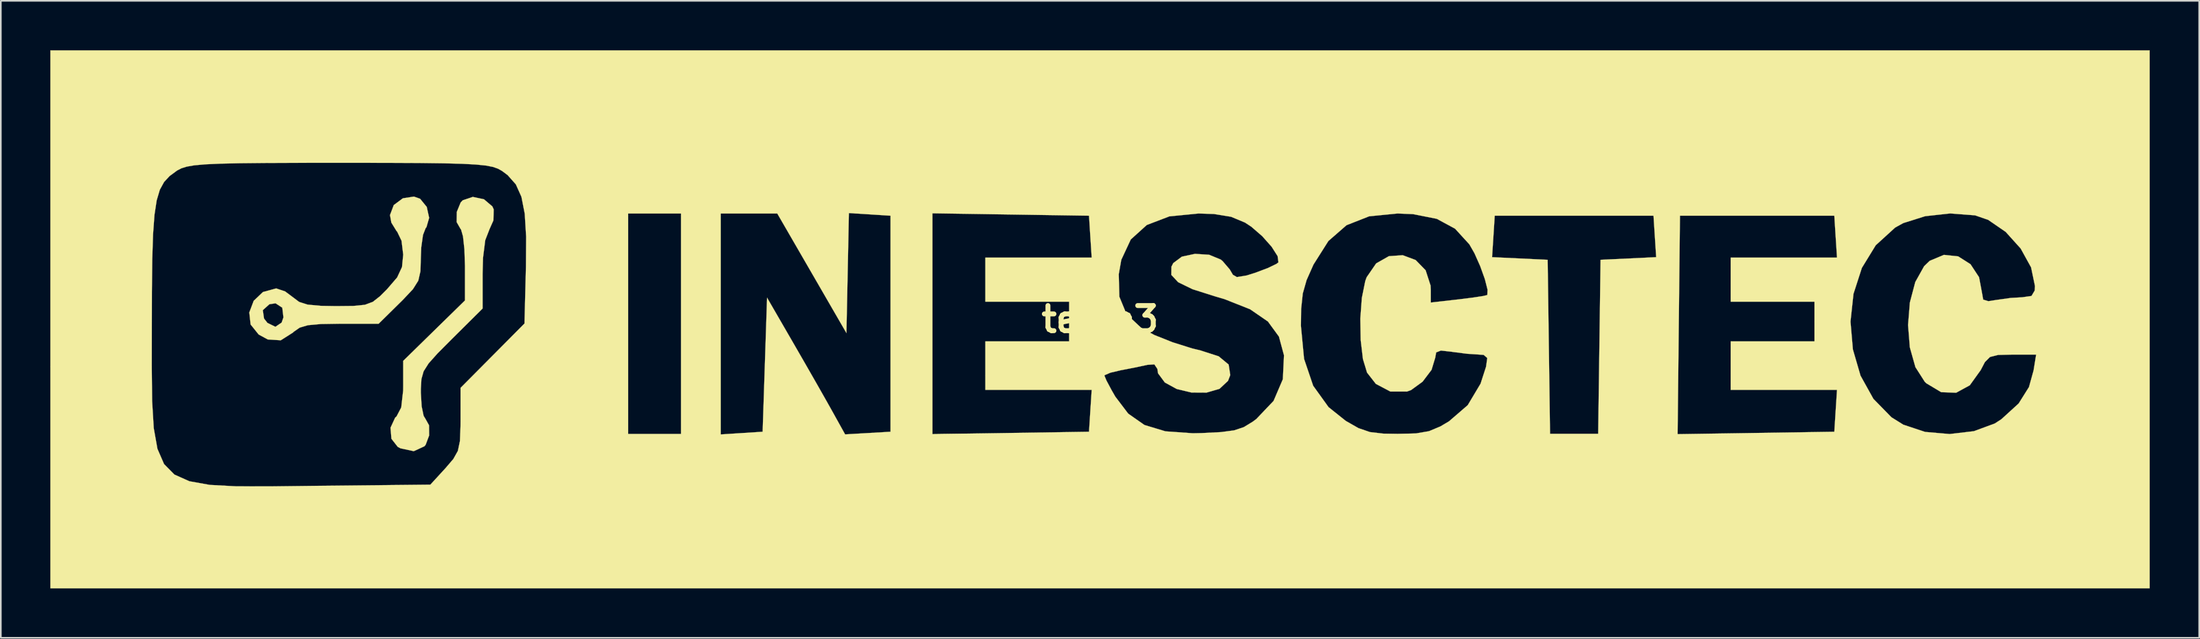
<source format=kicad_pcb>
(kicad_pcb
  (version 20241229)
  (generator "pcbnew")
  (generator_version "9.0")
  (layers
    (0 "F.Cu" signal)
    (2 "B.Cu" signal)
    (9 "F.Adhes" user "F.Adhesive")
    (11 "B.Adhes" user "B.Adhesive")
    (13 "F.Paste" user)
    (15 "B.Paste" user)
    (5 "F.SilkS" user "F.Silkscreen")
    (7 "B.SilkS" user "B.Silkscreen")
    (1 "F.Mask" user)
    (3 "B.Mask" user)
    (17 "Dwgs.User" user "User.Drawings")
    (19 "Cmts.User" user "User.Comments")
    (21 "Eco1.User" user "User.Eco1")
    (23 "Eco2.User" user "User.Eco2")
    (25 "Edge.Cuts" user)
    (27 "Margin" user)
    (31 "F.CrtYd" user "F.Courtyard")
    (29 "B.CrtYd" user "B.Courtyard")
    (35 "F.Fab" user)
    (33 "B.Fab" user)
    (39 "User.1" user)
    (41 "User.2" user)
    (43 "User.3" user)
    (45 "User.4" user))
  (footprint "teste3"
    (layer "F.Cu")
    (at 63.639 16.314)
    (property "Reference" "teste3" (at 0 0 0) (layer "F.SilkS") (effects (font (size 1.524 1.524) (thickness 0.3))))
    (attr through_hole)
    (fp_poly (pts (xy -37.345 -7.277) (xy -36.84 -6.847) (xy -36.759 -6.67) (xy -36.775 -6) (xy -37.008 -5.477) (xy -37.271 -4.801) (xy -37.406 -3.73) (xy -37.432 -2.743) (xy -37.432 -0.654) (xy -39.303 1.203) (xy -40.16 2.064) (xy -40.704 2.673) (xy -41.008 3.153) (xy -41.141 3.626) (xy -41.174 4.214) (xy -41.175 4.455) (xy -41.127 5.275) (xy -41.006 5.856) (xy -40.907 6.016) (xy -40.679 6.424) (xy -40.673 7.044) (xy -40.883 7.607) (xy -40.961 7.7) (xy -41.604 7.996) (xy -42.408 7.823) (xy -42.578 7.732) (xy -42.959 7.244) (xy -43.014 6.573) (xy -42.735 5.968) (xy -42.645 5.882) (xy -42.364 5.344) (xy -42.248 4.321) (xy -42.244 4.034) (xy -42.244 2.518) (xy -38.501 -1.144) (xy -38.501 -3.23) (xy -38.533 -4.237) (xy -38.618 -5.024) (xy -38.739 -5.45) (xy -38.768 -5.481) (xy -39.004 -5.895) (xy -38.995 -6.516) (xy -38.762 -7.083) (xy -38.638 -7.216) (xy -38.027 -7.424) (xy -37.345 -7.277)) (stroke (width 0.01) (type solid)) (fill yes) (layer "F.SilkS"))
    (fp_poly (pts (xy -41.221 -7.311) (xy -40.817 -6.816) (xy -40.672 -6.154) (xy -40.836 -5.585) (xy -40.885 -5.53) (xy -41.045 -5.117) (xy -41.151 -4.363) (xy -41.175 -3.746) (xy -41.199 -2.921) (xy -41.329 -2.345) (xy -41.654 -1.829) (xy -42.262 -1.183) (xy -42.454 -0.993) (xy -43.733 0.267) (xy -46.063 0.267) (xy -47.244 0.286) (xy -48.02 0.357) (xy -48.521 0.504) (xy -48.878 0.753) (xy -48.928 0.802) (xy -49.667 1.272) (xy -50.456 1.221) (xy -51.008 0.921) (xy -51.495 0.314) (xy -51.576 -0.415) (xy -51.522 -0.557) (xy -50.756 -0.557) (xy -50.683 -0.047) (xy -50.476 0.217) (xy -49.992 0.454) (xy -49.616 0.199) (xy -49.505 -0.117) (xy -49.576 -0.706) (xy -49.982 -0.971) (xy -50.354 -0.916) (xy -50.756 -0.557) (xy -51.522 -0.557) (xy -51.309 -1.121) (xy -50.749 -1.655) (xy -49.954 -1.872) (xy -49.938 -1.872) (xy -49.404 -1.692) (xy -48.928 -1.337) (xy -48.554 -1.055) (xy -48.037 -0.891) (xy -47.238 -0.817) (xy -46.309 -0.802) (xy -45.252 -0.813) (xy -44.566 -0.881) (xy -44.085 -1.06) (xy -43.646 -1.405) (xy -43.234 -1.816) (xy -42.612 -2.539) (xy -42.317 -3.173) (xy -42.244 -3.922) (xy -42.346 -4.766) (xy -42.611 -5.316) (xy -42.645 -5.347) (xy -42.964 -5.865) (xy -43.046 -6.322) (xy -42.817 -6.929) (xy -42.264 -7.34) (xy -41.594 -7.442) (xy -41.221 -7.311)) (stroke (width 0.01) (type solid)) (fill yes) (layer "F.SilkS"))
    (fp_poly (pts (xy 63.634 16.309) (xy -63.634 16.309) (xy -63.634 2.884) (xy -57.488 2.884) (xy -57.466 4.958) (xy -57.368 6.598) (xy -57.144 7.855) (xy -56.743 8.777) (xy -56.114 9.415) (xy -55.208 9.82) (xy -53.974 10.041) (xy -52.361 10.128) (xy -50.319 10.131) (xy -47.797 10.101) (xy -47.637 10.099) (xy -40.598 10.026) (xy -39.683 9.028) (xy -39.205 8.469) (xy -38.931 7.98) (xy -38.805 7.38) (xy -38.77 6.487) (xy -38.768 6.093) (xy -38.768 4.157) (xy -36.83 2.206) (xy -34.892 0.255) (xy -34.804 -3.174) (xy -34.792 -5.009) (xy -34.876 -6.399) (xy -34.879 -6.417) (xy -28.608 -6.417) (xy -28.608 6.952) (xy -25.4 6.952) (xy -25.4 -6.417) (xy -22.994 -6.417) (xy -22.994 6.981) (xy -21.724 6.899) (xy -20.454 6.818) (xy -20.32 2.753) (xy -20.186 -1.313) (xy -18.607 1.416) (xy -17.887 2.665) (xy -17.177 3.905) (xy -16.572 4.971) (xy -16.241 5.561) (xy -15.453 6.978) (xy -15.217 6.964) (xy 35.016 6.964) (xy 39.766 6.891) (xy 44.517 6.818) (xy 44.598 5.548) (xy 44.68 4.278) (xy 38.234 4.278) (xy 38.234 1.337) (xy 43.314 1.337) (xy 43.314 0.138) (xy 45.498 0.138) (xy 45.642 1.824) (xy 46.106 3.418) (xy 46.886 4.822) (xy 47.978 5.939) (xy 48.699 6.389) (xy 50.024 6.829) (xy 51.511 6.957) (xy 52.979 6.784) (xy 54.244 6.318) (xy 54.64 6.062) (xy 55.691 5.105) (xy 56.318 4.107) (xy 56.596 3.103) (xy 56.752 2.139) (xy 55.296 2.139) (xy 54.446 2.16) (xy 53.955 2.283) (xy 53.646 2.593) (xy 53.391 3.081) (xy 52.731 4) (xy 51.904 4.452) (xy 50.997 4.418) (xy 50.099 3.881) (xy 50.002 3.789) (xy 49.433 2.899) (xy 49.096 1.703) (xy 48.987 0.347) (xy 49.098 -1.023) (xy 49.425 -2.261) (xy 49.961 -3.221) (xy 50.3 -3.547) (xy 51.164 -3.909) (xy 52.026 -3.818) (xy 52.773 -3.343) (xy 53.293 -2.552) (xy 53.474 -1.584) (xy 53.542 -1.195) (xy 53.853 -1.1) (xy 54.309 -1.17) (xy 55.191 -1.294) (xy 55.913 -1.337) (xy 56.47 -1.416) (xy 56.667 -1.749) (xy 56.682 -2.016) (xy 56.445 -3.152) (xy 55.814 -4.294) (xy 54.907 -5.301) (xy 53.846 -6.03) (xy 53.052 -6.305) (xy 51.545 -6.421) (xy 50.025 -6.254) (xy 48.698 -5.836) (xy 48.206 -5.565) (xy 47.028 -4.491) (xy 46.187 -3.118) (xy 45.678 -1.542) (xy 45.498 0.138) (xy 43.314 0.138) (xy 43.314 -1.069) (xy 38.234 -1.069) (xy 38.234 -3.743) (xy 44.68 -3.743) (xy 44.598 -5.013) (xy 44.517 -6.283) (xy 35.159 -6.283) (xy 35.087 0.34) (xy 35.016 6.964) (xy -15.217 6.964) (xy -15.217 6.964) (xy -10.16 6.964) (xy -5.414 6.891) (xy -0.668 6.818) (xy -0.587 5.548) (xy -0.505 4.278) (xy -6.952 4.278) (xy -6.952 3.415) (xy 0.267 3.415) (xy 0.391 3.713) (xy 0.707 4.305) (xy 0.929 4.691) (xy 1.71 5.72) (xy 2.694 6.408) (xy 3.967 6.792) (xy 5.615 6.909) (xy 6.171 6.898) (xy 7.339 6.839) (xy 8.134 6.733) (xy 8.719 6.537) (xy 9.255 6.21) (xy 9.474 6.047) (xy 10.521 4.948) (xy 11.084 3.632) (xy 11.153 2.181) (xy 10.847 1.048) (xy 10.375 0.401) (xy 12.18 0.401) (xy 12.37 2.399) (xy 12.922 4.028) (xy 13.856 5.327) (xy 14.902 6.162) (xy 15.667 6.598) (xy 16.367 6.838) (xy 17.222 6.937) (xy 18.047 6.952) (xy 19.153 6.919) (xy 19.943 6.784) (xy 20.638 6.493) (xy 21.156 6.186) (xy 22.292 5.206) (xy 23.07 3.903) (xy 23.403 2.874) (xy 23.477 2.347) (xy 23.259 2.157) (xy 22.956 2.136) (xy 22.26 2.09) (xy 21.407 1.981) (xy 21.323 1.967) (xy 20.666 1.894) (xy 20.38 2.006) (xy 20.32 2.335) (xy 20.1 3.063) (xy 19.555 3.783) (xy 18.855 4.292) (xy 18.605 4.382) (xy 17.604 4.38) (xy 16.722 3.915) (xy 16.189 3.233) (xy 15.94 2.414) (xy 15.804 1.261) (xy 15.781 -0.039) (xy 15.873 -1.295) (xy 16.08 -2.32) (xy 16.163 -2.55) (xy 16.74 -3.39) (xy 17.511 -3.828) (xy 18.351 -3.888) (xy 19.136 -3.595) (xy 19.74 -2.974) (xy 20.04 -2.048) (xy 20.053 -1.786) (xy 20.053 -1.017) (xy 21.724 -1.207) (xy 22.604 -1.317) (xy 23.241 -1.415) (xy 23.479 -1.474) (xy 23.494 -1.798) (xy 23.331 -2.438) (xy 23.047 -3.228) (xy 22.806 -3.769) (xy 23.768 -3.769) (xy 27.138 -3.609) (xy 27.21 1.671) (xy 27.283 6.952) (xy 30.201 6.952) (xy 30.274 1.671) (xy 30.346 -3.609) (xy 33.717 -3.769) (xy 33.636 -5.026) (xy 33.555 -6.283) (xy 23.929 -6.283) (xy 23.849 -5.026) (xy 23.768 -3.769) (xy 22.806 -3.769) (xy 22.701 -4.005) (xy 22.393 -4.545) (xy 21.525 -5.495) (xy 20.418 -6.094) (xy 18.981 -6.379) (xy 18.037 -6.417) (xy 16.316 -6.247) (xy 14.944 -5.707) (xy 13.846 -4.75) (xy 12.948 -3.331) (xy 12.933 -3.302) (xy 12.523 -2.38) (xy 12.291 -1.563) (xy 12.193 -0.626) (xy 12.18 0.401) (xy 10.375 0.401) (xy 10.179 0.133) (xy 9.098 -0.61) (xy 7.554 -1.222) (xy 6.98 -1.391) (xy 5.611 -1.825) (xy 4.737 -2.25) (xy 4.322 -2.695) (xy 4.329 -3.191) (xy 4.44 -3.409) (xy 4.961 -3.799) (xy 5.759 -3.97) (xy 6.618 -3.914) (xy 7.322 -3.623) (xy 7.438 -3.524) (xy 7.862 -3.029) (xy 8.056 -2.701) (xy 8.296 -2.562) (xy 8.893 -2.66) (xy 9.426 -2.827) (xy 10.181 -3.112) (xy 10.696 -3.361) (xy 10.816 -3.455) (xy 10.767 -3.831) (xy 10.403 -4.402) (xy 9.835 -5.041) (xy 9.172 -5.616) (xy 8.787 -5.868) (xy 7.948 -6.218) (xy 6.908 -6.387) (xy 5.975 -6.417) (xy 4.204 -6.243) (xy 2.835 -5.72) (xy 1.865 -4.843) (xy 1.29 -3.61) (xy 1.136 -2.738) (xy 1.171 -1.374) (xy 1.605 -0.32) (xy 2.487 0.509) (xy 3.293 0.951) (xy 4.391 1.389) (xy 5.586 1.765) (xy 6.083 1.885) (xy 7.192 2.242) (xy 7.798 2.743) (xy 7.896 3.38) (xy 7.76 3.732) (xy 7.243 4.216) (xy 6.456 4.444) (xy 5.544 4.439) (xy 4.653 4.226) (xy 3.929 3.83) (xy 3.519 3.277) (xy 3.476 3.004) (xy 3.294 2.733) (xy 2.874 2.76) (xy 2.2 2.906) (xy 1.358 3.07) (xy 1.27 3.086) (xy 0.628 3.237) (xy 0.285 3.385) (xy 0.267 3.415) (xy -6.952 3.415) (xy -6.952 1.337) (xy -1.872 1.337) (xy -1.872 -1.069) (xy -6.952 -1.069) (xy -6.952 -3.743) (xy -0.505 -3.743) (xy -0.587 -5.013) (xy -0.668 -6.283) (xy -5.414 -6.356) (xy -10.16 -6.429) (xy -10.16 6.964) (xy -15.217 6.964) (xy -14.077 6.898) (xy -12.7 6.818) (xy -12.7 -6.283) (xy -13.962 -6.364) (xy -15.225 -6.446) (xy -15.299 -2.807) (xy -15.374 0.832) (xy -17.47 -2.792) (xy -19.567 -6.417) (xy -22.994 -6.417) (xy -25.4 -6.417) (xy -28.608 -6.417) (xy -34.879 -6.417) (xy -35.077 -7.428) (xy -35.415 -8.182) (xy -35.914 -8.745) (xy -36.261 -9.003) (xy -36.498 -9.135) (xy -36.799 -9.241) (xy -37.223 -9.324) (xy -37.825 -9.386) (xy -38.664 -9.431) (xy -39.797 -9.461) (xy -41.28 -9.48) (xy -43.171 -9.489) (xy -45.527 -9.492) (xy -46.121 -9.492) (xy -48.588 -9.49) (xy -50.578 -9.482) (xy -52.147 -9.466) (xy -53.353 -9.439) (xy -54.252 -9.398) (xy -54.903 -9.34) (xy -55.361 -9.261) (xy -55.685 -9.161) (xy -55.931 -9.035) (xy -55.981 -9.003) (xy -56.404 -8.691) (xy -56.74 -8.33) (xy -56.999 -7.858) (xy -57.19 -7.214) (xy -57.324 -6.334) (xy -57.41 -5.158) (xy -57.459 -3.622) (xy -57.48 -1.666) (xy -57.484 0.326) (xy -57.488 2.884) (xy -63.634 2.884) (xy -63.634 -16.309) (xy 63.634 -16.309) (xy 63.634 16.309)) (stroke (width 0.01) (type solid)) (fill yes) (layer "F.SilkS")))
  (gr_rect
    (start -3 -3)
    (end 130.277 35.629)
    (stroke (width 0.1) (type default))
    (fill no)
    (layer "Edge.Cuts")))
</source>
